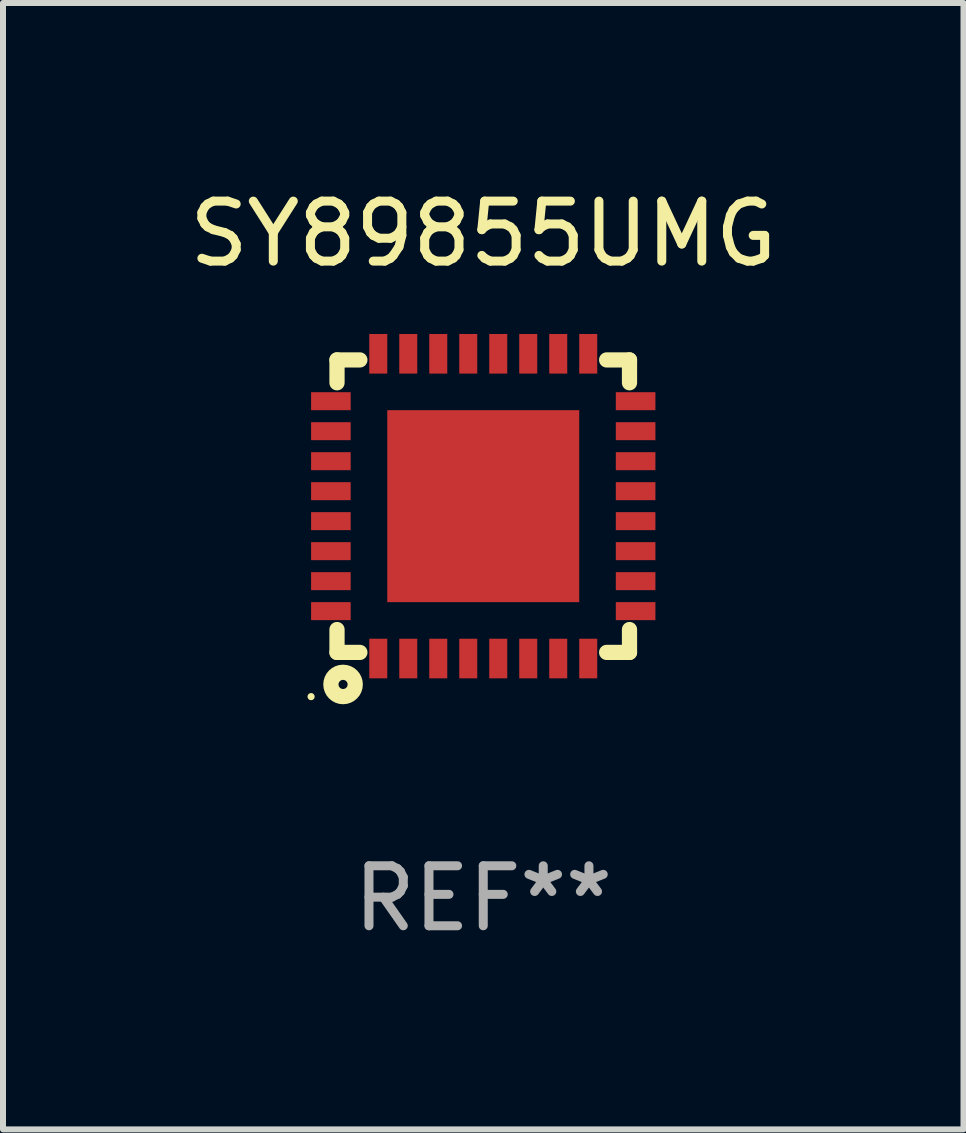
<source format=kicad_pcb>
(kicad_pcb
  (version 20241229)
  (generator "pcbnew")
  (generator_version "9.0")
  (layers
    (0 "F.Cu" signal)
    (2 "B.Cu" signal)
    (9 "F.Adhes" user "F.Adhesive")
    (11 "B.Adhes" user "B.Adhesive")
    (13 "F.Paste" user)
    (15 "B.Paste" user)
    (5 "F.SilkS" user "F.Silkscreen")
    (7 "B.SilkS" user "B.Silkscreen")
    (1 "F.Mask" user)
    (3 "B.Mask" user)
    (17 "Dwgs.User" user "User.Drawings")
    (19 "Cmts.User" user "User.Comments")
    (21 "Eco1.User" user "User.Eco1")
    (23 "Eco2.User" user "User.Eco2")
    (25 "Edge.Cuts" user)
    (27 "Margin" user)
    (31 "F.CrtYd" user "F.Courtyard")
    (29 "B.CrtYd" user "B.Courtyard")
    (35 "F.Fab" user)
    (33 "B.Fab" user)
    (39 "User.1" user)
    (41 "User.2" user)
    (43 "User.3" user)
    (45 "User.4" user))
  (footprint "SY89855UMG"
    (layer "F.Cu")
    (at 5.006 5.388)
    (property "Reference" "SY89855UMG" (at 0 -4.54 0) (layer "F.SilkS") (effects (font (size 1 1) (thickness 0.15))))
    (attr through_hole)
    (fp_line (start -2.438 -2.438) (end -2.057 -2.438) (stroke (width 0.254) (type solid)) (layer "F.SilkS"))
    (fp_line (start -2.438 -2.057) (end -2.438 -2.438) (stroke (width 0.254) (type solid)) (layer "F.SilkS"))
    (fp_line (start -2.438 2.438) (end -2.438 2.057) (stroke (width 0.254) (type solid)) (layer "F.SilkS"))
    (fp_line (start -2.057 2.438) (end -2.438 2.438) (stroke (width 0.254) (type solid)) (layer "F.SilkS"))
    (fp_line (start 2.057 -2.438) (end 2.438 -2.438) (stroke (width 0.254) (type solid)) (layer "F.SilkS"))
    (fp_line (start 2.438 -2.438) (end 2.438 -2.057) (stroke (width 0.254) (type solid)) (layer "F.SilkS"))
    (fp_line (start 2.438 2.057) (end 2.438 2.438) (stroke (width 0.254) (type solid)) (layer "F.SilkS"))
    (fp_line (start 2.438 2.438) (end 2.057 2.438) (stroke (width 0.254) (type solid)) (layer "F.SilkS"))
    (fp_circle (center -2.87 3.175) (end -2.84 3.175) (stroke (width 0.06) (type solid)) (fill no) (layer "F.SilkS"))
    (fp_circle (center -2.337 2.972) (end -2.261 2.972) (stroke (width 0.254) (type solid)) (fill no) (layer "F.SilkS"))
    (fp_text user "REF**" (at 0 6.54 0) (layer "F.Fab") (effects (font (size 1 1) (thickness 0.15))))
    (pad "1" smd rect (at -1.75 2.54 90) (size 0.66 0.3) (layers "F.Cu" "F.Mask" "F.Paste"))
    (pad "2" smd rect (at -1.25 2.54 90) (size 0.66 0.3) (layers "F.Cu" "F.Mask" "F.Paste"))
    (pad "3" smd rect (at -0.75 2.54 90) (size 0.66 0.3) (layers "F.Cu" "F.Mask" "F.Paste"))
    (pad "4" smd rect (at -0.25 2.54 90) (size 0.66 0.3) (layers "F.Cu" "F.Mask" "F.Paste"))
    (pad "5" smd rect (at 0.25 2.54 90) (size 0.66 0.3) (layers "F.Cu" "F.Mask" "F.Paste"))
    (pad "6" smd rect (at 0.75 2.54 90) (size 0.66 0.3) (layers "F.Cu" "F.Mask" "F.Paste"))
    (pad "7" smd rect (at 1.25 2.54 90) (size 0.66 0.3) (layers "F.Cu" "F.Mask" "F.Paste"))
    (pad "8" smd rect (at 1.75 2.54 90) (size 0.66 0.3) (layers "F.Cu" "F.Mask" "F.Paste"))
    (pad "9" smd rect (at 2.54 1.75 90) (size 0.3 0.66) (layers "F.Cu" "F.Mask" "F.Paste"))
    (pad "10" smd rect (at 2.54 1.25 90) (size 0.3 0.66) (layers "F.Cu" "F.Mask" "F.Paste"))
    (pad "11" smd rect (at 2.54 0.75 90) (size 0.3 0.66) (layers "F.Cu" "F.Mask" "F.Paste"))
    (pad "12" smd rect (at 2.54 0.25 90) (size 0.3 0.66) (layers "F.Cu" "F.Mask" "F.Paste"))
    (pad "13" smd rect (at 2.54 -0.25 90) (size 0.3 0.66) (layers "F.Cu" "F.Mask" "F.Paste"))
    (pad "14" smd rect (at 2.54 -0.75 90) (size 0.3 0.66) (layers "F.Cu" "F.Mask" "F.Paste"))
    (pad "15" smd rect (at 2.54 -1.25 90) (size 0.3 0.66) (layers "F.Cu" "F.Mask" "F.Paste"))
    (pad "16" smd rect (at 2.54 -1.75 90) (size 0.3 0.66) (layers "F.Cu" "F.Mask" "F.Paste"))
    (pad "17" smd rect (at 1.75 -2.54 90) (size 0.66 0.3) (layers "F.Cu" "F.Mask" "F.Paste"))
    (pad "18" smd rect (at 1.25 -2.54 90) (size 0.66 0.3) (layers "F.Cu" "F.Mask" "F.Paste"))
    (pad "19" smd rect (at 0.75 -2.54 90) (size 0.66 0.3) (layers "F.Cu" "F.Mask" "F.Paste"))
    (pad "20" smd rect (at 0.25 -2.54 90) (size 0.66 0.3) (layers "F.Cu" "F.Mask" "F.Paste"))
    (pad "21" smd rect (at -0.25 -2.54 90) (size 0.66 0.3) (layers "F.Cu" "F.Mask" "F.Paste"))
    (pad "22" smd rect (at -0.75 -2.54 90) (size 0.66 0.3) (layers "F.Cu" "F.Mask" "F.Paste"))
    (pad "23" smd rect (at -1.25 -2.54 90) (size 0.66 0.3) (layers "F.Cu" "F.Mask" "F.Paste"))
    (pad "24" smd rect (at -1.75 -2.54 90) (size 0.66 0.3) (layers "F.Cu" "F.Mask" "F.Paste"))
    (pad "25" smd rect (at -2.54 -1.75 90) (size 0.3 0.66) (layers "F.Cu" "F.Mask" "F.Paste"))
    (pad "26" smd rect (at -2.54 -1.25 90) (size 0.3 0.66) (layers "F.Cu" "F.Mask" "F.Paste"))
    (pad "27" smd rect (at -2.54 -0.75 90) (size 0.3 0.66) (layers "F.Cu" "F.Mask" "F.Paste"))
    (pad "28" smd rect (at -2.54 -0.25 90) (size 0.3 0.66) (layers "F.Cu" "F.Mask" "F.Paste"))
    (pad "29" smd rect (at -2.54 0.25 90) (size 0.3 0.66) (layers "F.Cu" "F.Mask" "F.Paste"))
    (pad "30" smd rect (at -2.54 0.75 90) (size 0.3 0.66) (layers "F.Cu" "F.Mask" "F.Paste"))
    (pad "31" smd rect (at -2.54 1.25 90) (size 0.3 0.66) (layers "F.Cu" "F.Mask" "F.Paste"))
    (pad "32" smd rect (at -2.54 1.75 90) (size 0.3 0.66) (layers "F.Cu" "F.Mask" "F.Paste"))
    (pad "33" smd rect (at 0 0 90) (size 3.2 3.2) (layers "F.Cu" "F.Mask" "F.Paste")))
  (gr_rect
    (start -3 -3)
    (end 13.012 15.777)
    (stroke (width 0.1) (type default))
    (fill no)
    (layer "Edge.Cuts")))
</source>
